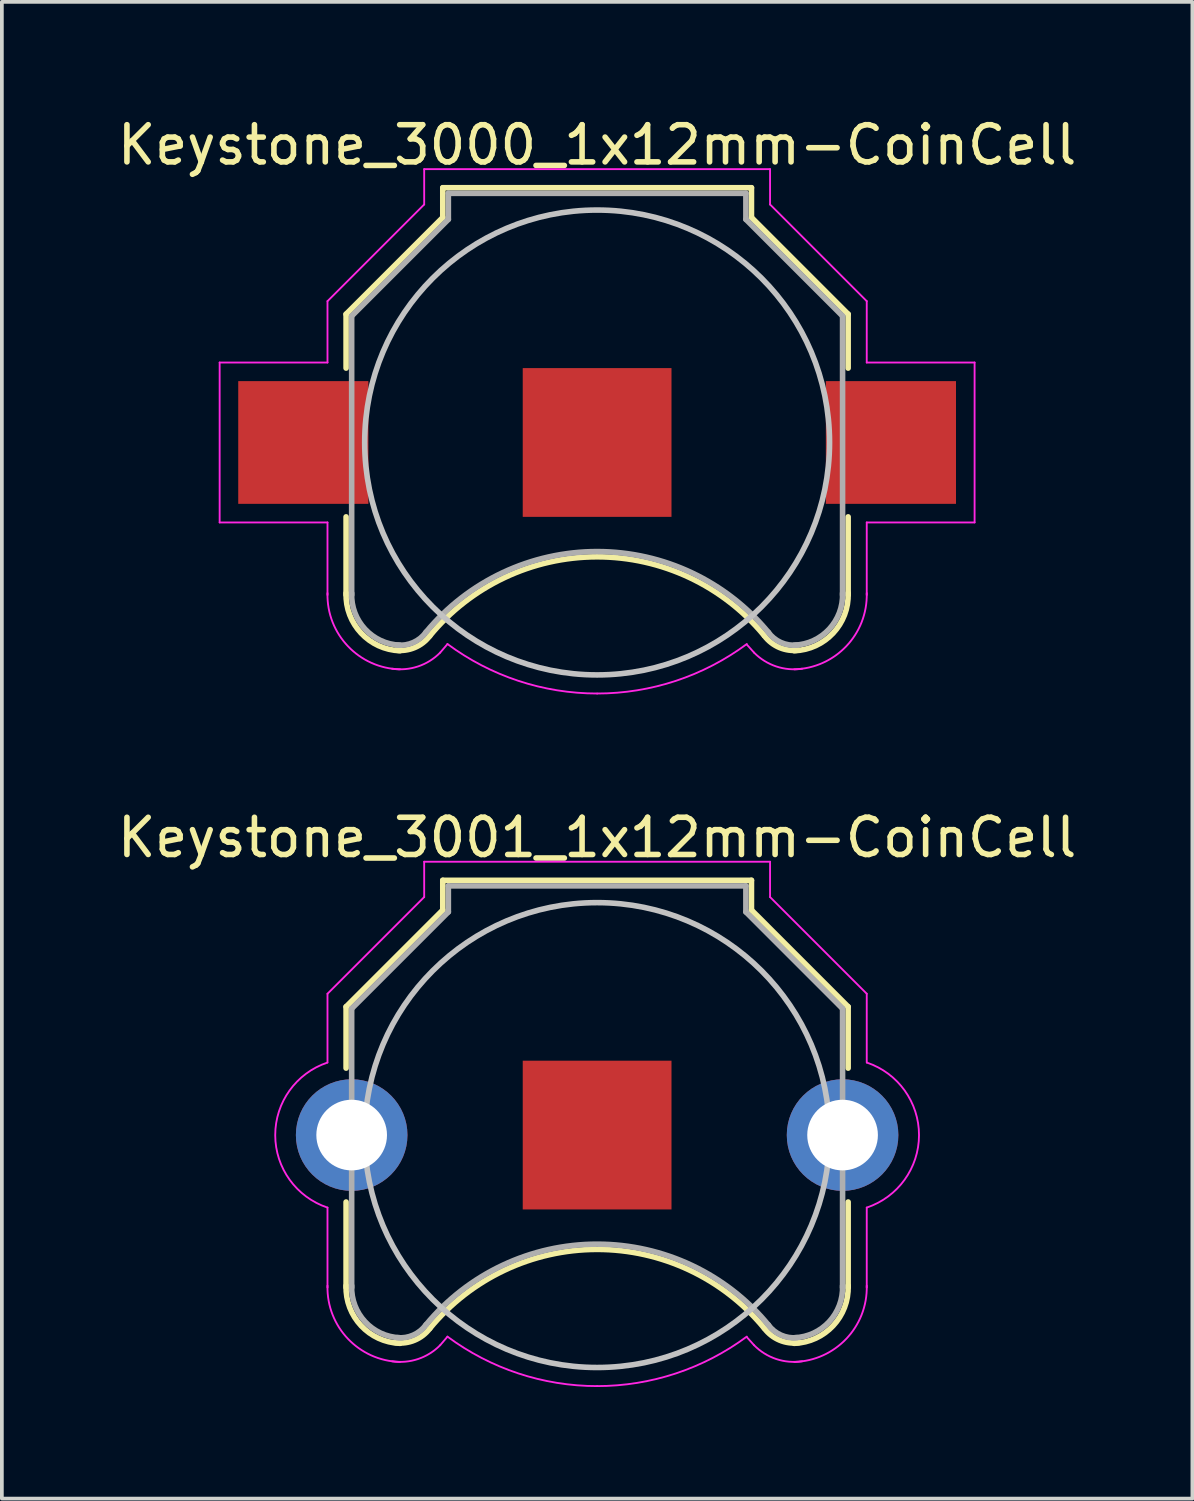
<source format=kicad_pcb>
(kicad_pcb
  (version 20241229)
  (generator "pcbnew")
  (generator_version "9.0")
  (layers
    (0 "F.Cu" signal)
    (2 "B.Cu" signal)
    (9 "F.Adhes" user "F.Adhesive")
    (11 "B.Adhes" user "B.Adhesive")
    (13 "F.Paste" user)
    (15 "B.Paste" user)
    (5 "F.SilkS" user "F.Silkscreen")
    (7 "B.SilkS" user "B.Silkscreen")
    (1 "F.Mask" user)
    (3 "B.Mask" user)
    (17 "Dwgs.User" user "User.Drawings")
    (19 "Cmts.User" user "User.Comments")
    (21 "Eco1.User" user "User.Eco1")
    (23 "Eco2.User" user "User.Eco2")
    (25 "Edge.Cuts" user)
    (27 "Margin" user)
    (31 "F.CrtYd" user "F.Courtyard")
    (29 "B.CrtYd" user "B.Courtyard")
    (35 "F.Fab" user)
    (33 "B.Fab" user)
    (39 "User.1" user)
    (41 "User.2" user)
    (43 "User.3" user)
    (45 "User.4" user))
  (footprint "Keystone_3001_1x12mm-CoinCell"
    (layer "F.Cu")
    (at 13.006 27.471)
    (property "Reference" "Keystone_3001_1x12mm-CoinCell" (at 0 -8 0) (layer "F.SilkS") (effects (font (size 1 1) (thickness 0.15))))
    (attr through_hole)
    (fp_line (start -6.75 -3.45) (end -4.15 -6.05) (stroke (width 0.15) (type solid)) (layer "F.SilkS"))
    (fp_line (start -6.75 -1.8) (end -6.75 -3.45) (stroke (width 0.15) (type solid)) (layer "F.SilkS"))
    (fp_line (start -6.75 1.8) (end -6.75 4.1) (stroke (width 0.15) (type solid)) (layer "F.SilkS"))
    (fp_line (start -4.15 -6.85) (end 4.15 -6.85) (stroke (width 0.15) (type solid)) (layer "F.SilkS"))
    (fp_line (start -4.15 -6.05) (end -4.15 -6.85) (stroke (width 0.15) (type solid)) (layer "F.SilkS"))
    (fp_line (start 4.15 -6.85) (end 4.15 -6.05) (stroke (width 0.15) (type solid)) (layer "F.SilkS"))
    (fp_line (start 4.15 -6.05) (end 6.75 -3.45) (stroke (width 0.15) (type solid)) (layer "F.SilkS"))
    (fp_line (start 6.75 -3.45) (end 6.75 -1.8) (stroke (width 0.15) (type solid)) (layer "F.SilkS"))
    (fp_line (start 6.75 1.8) (end 6.75 4.1) (stroke (width 0.15) (type solid)) (layer "F.SilkS"))
    (fp_arc (start -5.3 5.6) (mid -6.346016 5.125305) (end -6.75 4.05) (stroke (width 0.15) (type solid)) (layer "F.SilkS"))
    (fp_arc (start -4.5 5.2) (mid -4.90584 5.514615) (end -5.414615 5.58416) (stroke (width 0.15) (type solid)) (layer "F.SilkS"))
    (fp_arc (start -4.5 5.2) (mid -0.007341 3.0742) (end 4.490661 5.188671) (stroke (width 0.15) (type solid)) (layer "F.SilkS"))
    (fp_arc (start 5.414615 5.58416) (mid 4.90584 5.514615) (end 4.5 5.2) (stroke (width 0.15) (type solid)) (layer "F.SilkS"))
    (fp_arc (start 6.75 4.05) (mid 6.346016 5.125305) (end 5.3 5.6) (stroke (width 0.15) (type solid)) (layer "F.SilkS"))
    (fp_circle (center 0 0) (end 0 6.25) (stroke (width 0.15) (type solid)) (fill no) (layer "Dwgs.User"))
    (fp_line (start -7.25 -3.8) (end -4.65 -6.4) (stroke (width 0.05) (type solid)) (layer "F.CrtYd"))
    (fp_line (start -7.25 -1.95) (end -7.25 -3.8) (stroke (width 0.05) (type solid)) (layer "F.CrtYd"))
    (fp_line (start -7.25 1.95) (end -7.25 4.1) (stroke (width 0.05) (type solid)) (layer "F.CrtYd"))
    (fp_line (start -4.65 -7.35) (end 4.65 -7.35) (stroke (width 0.05) (type solid)) (layer "F.CrtYd"))
    (fp_line (start -4.65 -6.4) (end -4.65 -7.35) (stroke (width 0.05) (type solid)) (layer "F.CrtYd"))
    (fp_line (start 4.65 -6.4) (end 4.65 -7.35) (stroke (width 0.05) (type solid)) (layer "F.CrtYd"))
    (fp_line (start 7.25 -3.8) (end 4.65 -6.4) (stroke (width 0.05) (type solid)) (layer "F.CrtYd"))
    (fp_line (start 7.25 -1.95) (end 7.25 -3.8) (stroke (width 0.05) (type solid)) (layer "F.CrtYd"))
    (fp_line (start 7.25 1.95) (end 7.25 4.1) (stroke (width 0.05) (type solid)) (layer "F.CrtYd"))
    (fp_arc (start -7.25 1.95) (mid -8.655479 0.002334) (end -7.254426 -1.948519) (stroke (width 0.05) (type solid)) (layer "F.CrtYd"))
    (fp_arc (start -5.3 6.1) (mid -6.699569 5.478858) (end -7.25 4.05) (stroke (width 0.05) (type solid)) (layer "F.CrtYd"))
    (fp_arc (start -4.22 5.65) (mid -4.814553 6.021742) (end -5.513125 6.082436) (stroke (width 0.05) (type solid)) (layer "F.CrtYd"))
    (fp_arc (start -4.22 5.65) (mid -4.123743 5.534157) (end -4.024388 5.42096) (stroke (width 0.05) (type solid)) (layer "F.CrtYd"))
    (fp_arc (start 0 6.75) (mid -2.119449 6.408622) (end -4.024518 5.419018) (stroke (width 0.05) (type solid)) (layer "F.CrtYd"))
    (fp_arc (start 4.024518 5.419018) (mid 2.119449 6.408622) (end 0 6.75) (stroke (width 0.05) (type solid)) (layer "F.CrtYd"))
    (fp_arc (start 4.02471 5.432858) (mid 4.123824 5.540108) (end 4.22 5.65) (stroke (width 0.05) (type solid)) (layer "F.CrtYd"))
    (fp_arc (start 5.513125 6.082436) (mid 4.814553 6.021742) (end 4.22 5.65) (stroke (width 0.05) (type solid)) (layer "F.CrtYd"))
    (fp_arc (start 7.25 4.05) (mid 6.699569 5.478858) (end 5.3 6.1) (stroke (width 0.05) (type solid)) (layer "F.CrtYd"))
    (fp_arc (start 7.254426 -1.948519) (mid 8.655479 0.002334) (end 7.25 1.95) (stroke (width 0.05) (type solid)) (layer "F.CrtYd"))
    (fp_line (start -6.6 -3.4) (end -6.6 4.1) (stroke (width 0.15) (type solid)) (layer "F.Fab"))
    (fp_line (start -4 -6.7) (end -4 -6) (stroke (width 0.15) (type solid)) (layer "F.Fab"))
    (fp_line (start -4 -6.7) (end 4 -6.7) (stroke (width 0.15) (type solid)) (layer "F.Fab"))
    (fp_line (start -4 -6) (end -6.6 -3.4) (stroke (width 0.15) (type solid)) (layer "F.Fab"))
    (fp_line (start 4 -6.7) (end 4 -6) (stroke (width 0.15) (type solid)) (layer "F.Fab"))
    (fp_line (start 4 -6) (end 6.6 -3.4) (stroke (width 0.15) (type solid)) (layer "F.Fab"))
    (fp_line (start 6.6 -3.4) (end 6.6 4.1) (stroke (width 0.15) (type solid)) (layer "F.Fab"))
    (fp_arc (start -5.3 5.45) (mid -6.239949 5.019239) (end -6.6 4.05) (stroke (width 0.15) (type solid)) (layer "F.Fab"))
    (fp_arc (start -4.6 5.1) (mid -4.942443 5.378013) (end -5.378013 5.447558) (stroke (width 0.15) (type solid)) (layer "F.Fab"))
    (fp_arc (start -4.6 5.1) (mid 0.006214 2.93343) (end 4.607905 5.109589) (stroke (width 0.15) (type solid)) (layer "F.Fab"))
    (fp_arc (start 5.378013 5.447558) (mid 4.942442 5.378013) (end 4.6 5.1) (stroke (width 0.15) (type solid)) (layer "F.Fab"))
    (fp_arc (start 6.6 4.05) (mid 6.239949 5.019239) (end 5.3 5.45) (stroke (width 0.15) (type solid)) (layer "F.Fab"))
    (pad "1" thru_hole circle (at -6.6 0) (size 3 3) (drill 1.9) (layers "*.Cu" "*.Mask"))
    (pad "1" thru_hole circle (at 6.6 0) (size 3 3) (drill 1.9) (layers "*.Cu" "*.Mask"))
    (pad "2" smd rect (at 0 0) (size 4 4) (layers "F.Cu" "F.Mask" "F.Paste")))
  (footprint "Keystone_3000_1x12mm-CoinCell"
    (layer "F.Cu")
    (at 13.006 8.848)
    (property "Reference" "Keystone_3000_1x12mm-CoinCell" (at 0 -8 0) (layer "F.SilkS") (effects (font (size 1 1) (thickness 0.15))))
    (attr smd)
    (fp_line (start -6.75 -3.45) (end -4.15 -6.05) (stroke (width 0.15) (type solid)) (layer "F.SilkS"))
    (fp_line (start -6.75 -2) (end -6.75 -3.45) (stroke (width 0.15) (type solid)) (layer "F.SilkS"))
    (fp_line (start -6.75 2) (end -6.75 4.1) (stroke (width 0.15) (type solid)) (layer "F.SilkS"))
    (fp_line (start -4.15 -6.85) (end 4.15 -6.85) (stroke (width 0.15) (type solid)) (layer "F.SilkS"))
    (fp_line (start -4.15 -6.05) (end -4.15 -6.85) (stroke (width 0.15) (type solid)) (layer "F.SilkS"))
    (fp_line (start 4.15 -6.85) (end 4.15 -6.05) (stroke (width 0.15) (type solid)) (layer "F.SilkS"))
    (fp_line (start 4.15 -6.05) (end 6.75 -3.45) (stroke (width 0.15) (type solid)) (layer "F.SilkS"))
    (fp_line (start 6.75 -3.45) (end 6.75 -2) (stroke (width 0.15) (type solid)) (layer "F.SilkS"))
    (fp_line (start 6.75 2) (end 6.75 4.1) (stroke (width 0.15) (type solid)) (layer "F.SilkS"))
    (fp_arc (start -5.3 5.6) (mid -6.346016 5.125305) (end -6.75 4.05) (stroke (width 0.15) (type solid)) (layer "F.SilkS"))
    (fp_arc (start -4.5 5.2) (mid -4.90584 5.514615) (end -5.414615 5.58416) (stroke (width 0.15) (type solid)) (layer "F.SilkS"))
    (fp_arc (start -4.5 5.2) (mid -0.007341 3.0742) (end 4.490661 5.188671) (stroke (width 0.15) (type solid)) (layer "F.SilkS"))
    (fp_arc (start 5.414615 5.58416) (mid 4.90584 5.514615) (end 4.5 5.2) (stroke (width 0.15) (type solid)) (layer "F.SilkS"))
    (fp_arc (start 6.75 4.05) (mid 6.346016 5.125305) (end 5.3 5.6) (stroke (width 0.15) (type solid)) (layer "F.SilkS"))
    (fp_circle (center 0 0) (end 0 6.25) (stroke (width 0.15) (type solid)) (fill no) (layer "Dwgs.User"))
    (fp_line (start -10.15 -2.15) (end -10.15 2.15) (stroke (width 0.05) (type solid)) (layer "F.CrtYd"))
    (fp_line (start -10.15 2.15) (end -7.25 2.15) (stroke (width 0.05) (type solid)) (layer "F.CrtYd"))
    (fp_line (start -7.25 -3.8) (end -4.65 -6.4) (stroke (width 0.05) (type solid)) (layer "F.CrtYd"))
    (fp_line (start -7.25 -2.15) (end -10.15 -2.15) (stroke (width 0.05) (type solid)) (layer "F.CrtYd"))
    (fp_line (start -7.25 -2.15) (end -7.25 -3.8) (stroke (width 0.05) (type solid)) (layer "F.CrtYd"))
    (fp_line (start -7.25 2.15) (end -7.25 4.1) (stroke (width 0.05) (type solid)) (layer "F.CrtYd"))
    (fp_line (start -4.65 -7.35) (end 4.65 -7.35) (stroke (width 0.05) (type solid)) (layer "F.CrtYd"))
    (fp_line (start -4.65 -6.4) (end -4.65 -7.35) (stroke (width 0.05) (type solid)) (layer "F.CrtYd"))
    (fp_line (start 4.65 -6.4) (end 4.65 -7.35) (stroke (width 0.05) (type solid)) (layer "F.CrtYd"))
    (fp_line (start 7.25 -3.8) (end 4.65 -6.4) (stroke (width 0.05) (type solid)) (layer "F.CrtYd"))
    (fp_line (start 7.25 -2.15) (end 7.25 -3.8) (stroke (width 0.05) (type solid)) (layer "F.CrtYd"))
    (fp_line (start 7.25 -2.15) (end 10.15 -2.15) (stroke (width 0.05) (type solid)) (layer "F.CrtYd"))
    (fp_line (start 7.25 2.15) (end 7.25 4.1) (stroke (width 0.05) (type solid)) (layer "F.CrtYd"))
    (fp_line (start 10.15 -2.15) (end 10.15 2.15) (stroke (width 0.05) (type solid)) (layer "F.CrtYd"))
    (fp_line (start 10.15 2.15) (end 7.25 2.15) (stroke (width 0.05) (type solid)) (layer "F.CrtYd"))
    (fp_arc (start -5.3 6.1) (mid -6.699569 5.478858) (end -7.25 4.05) (stroke (width 0.05) (type solid)) (layer "F.CrtYd"))
    (fp_arc (start -4.22 5.65) (mid -4.814553 6.021742) (end -5.513125 6.082436) (stroke (width 0.05) (type solid)) (layer "F.CrtYd"))
    (fp_arc (start -4.22 5.65) (mid -4.123743 5.534157) (end -4.024388 5.42096) (stroke (width 0.05) (type solid)) (layer "F.CrtYd"))
    (fp_arc (start 0 6.75) (mid -2.119449 6.408622) (end -4.024518 5.419018) (stroke (width 0.05) (type solid)) (layer "F.CrtYd"))
    (fp_arc (start 4.024518 5.419018) (mid 2.119449 6.408622) (end 0 6.75) (stroke (width 0.05) (type solid)) (layer "F.CrtYd"))
    (fp_arc (start 4.02471 5.432858) (mid 4.123824 5.540108) (end 4.22 5.65) (stroke (width 0.05) (type solid)) (layer "F.CrtYd"))
    (fp_arc (start 5.513125 6.082436) (mid 4.814553 6.021742) (end 4.22 5.65) (stroke (width 0.05) (type solid)) (layer "F.CrtYd"))
    (fp_arc (start 7.25 4.05) (mid 6.699569 5.478858) (end 5.3 6.1) (stroke (width 0.05) (type solid)) (layer "F.CrtYd"))
    (fp_line (start -6.6 -3.4) (end -6.6 4.1) (stroke (width 0.15) (type solid)) (layer "F.Fab"))
    (fp_line (start -4 -6.7) (end -4 -6) (stroke (width 0.15) (type solid)) (layer "F.Fab"))
    (fp_line (start -4 -6.7) (end 4 -6.7) (stroke (width 0.15) (type solid)) (layer "F.Fab"))
    (fp_line (start -4 -6) (end -6.6 -3.4) (stroke (width 0.15) (type solid)) (layer "F.Fab"))
    (fp_line (start 4 -6.7) (end 4 -6) (stroke (width 0.15) (type solid)) (layer "F.Fab"))
    (fp_line (start 4 -6) (end 6.6 -3.4) (stroke (width 0.15) (type solid)) (layer "F.Fab"))
    (fp_line (start 6.6 -3.4) (end 6.6 4.1) (stroke (width 0.15) (type solid)) (layer "F.Fab"))
    (fp_arc (start -5.3 5.45) (mid -6.239949 5.019239) (end -6.6 4.05) (stroke (width 0.15) (type solid)) (layer "F.Fab"))
    (fp_arc (start -4.6 5.1) (mid -4.942443 5.378013) (end -5.378013 5.447558) (stroke (width 0.15) (type solid)) (layer "F.Fab"))
    (fp_arc (start -4.6 5.1) (mid 0.006214 2.93343) (end 4.607905 5.109589) (stroke (width 0.15) (type solid)) (layer "F.Fab"))
    (fp_arc (start 5.378013 5.447558) (mid 4.942442 5.378013) (end 4.6 5.1) (stroke (width 0.15) (type solid)) (layer "F.Fab"))
    (fp_arc (start 6.6 4.05) (mid 6.239949 5.019239) (end 5.3 5.45) (stroke (width 0.15) (type solid)) (layer "F.Fab"))
    (pad "1" smd rect (at -7.9 0) (size 3.5 3.3) (layers "F.Cu" "F.Mask" "F.Paste"))
    (pad "1" smd rect (at 7.9 0) (size 3.5 3.3) (layers "F.Cu" "F.Mask" "F.Paste"))
    (pad "2" smd rect (at 0 0) (size 4 4) (layers "F.Cu" "F.Mask" "F.Paste")))
  (gr_rect
    (start -3 -3)
    (end 29.012 37.246)
    (stroke (width 0.1) (type default))
    (fill no)
    (layer "Edge.Cuts")))
</source>
